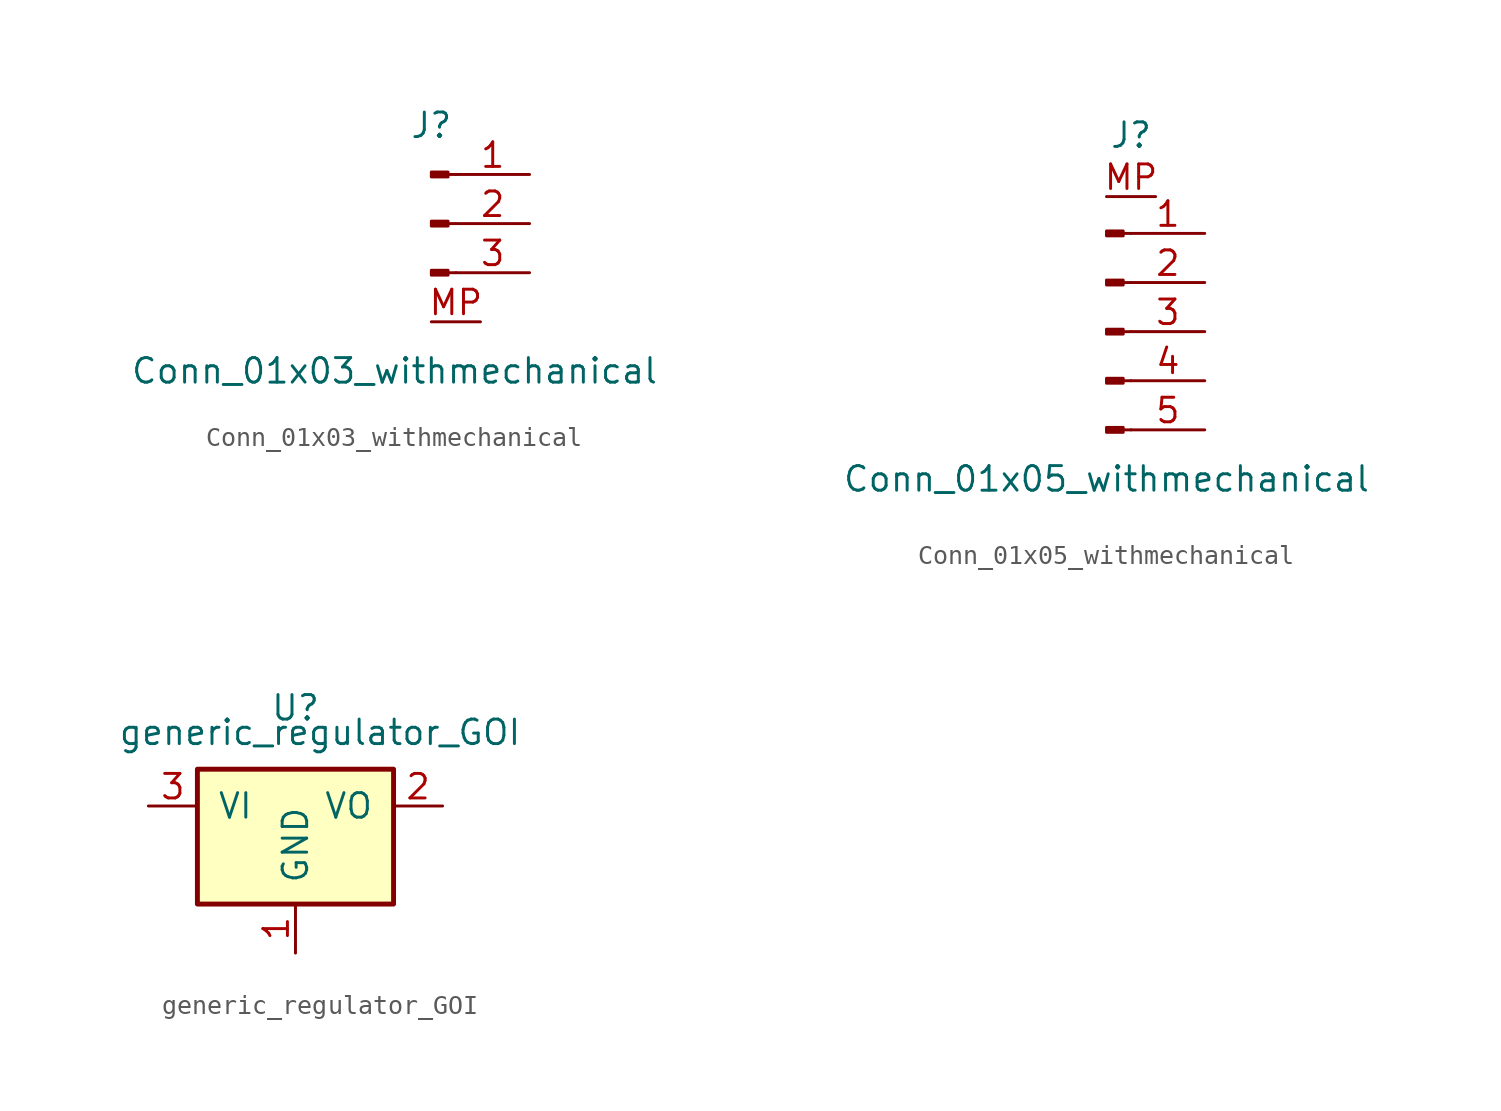
<source format=kicad_sym>
(kicad_symbol_lib
  (version 20201005)
  (generator kicad_symbol_editor)
  (symbol "motorback:Conn_01x03_withmechanical"
    (pin_names
      (offset 1.016) hide)
    (property "Reference" "J"
      (at 0 5.08 0)
      (effects (font (size 1.27 1.27))))
    (property "Value" "Conn_01x03_withmechanical"
      (at -1.905 -7.62 0)
      (effects (font (size 1.27 1.27))))
    (symbol "Conn_01x03_withmechanical_1_1"
      (rectangle (start 0.864 -2.413) (end 0 -2.667) (stroke (width 0.152)) (fill (type outline)))
      (rectangle (start 0.864 0.127) (end 0 -0.127) (stroke (width 0.152)) (fill (type outline)))
      (rectangle (start 0.864 2.667) (end 0 2.413) (stroke (width 0.152)) (fill (type outline)))
      (polyline (pts (xy 1.27 -2.54) (xy 0.864 -2.54)) (stroke (width 0.152)) (fill (type none)))
      (polyline (pts (xy 1.27 0) (xy 0.864 0)) (stroke (width 0.152)) (fill (type none)))
      (polyline (pts (xy 1.27 2.54) (xy 0.864 2.54)) (stroke (width 0.152)) (fill (type none)))
      (pin passive line (at 5.08 2.54 180) (length 3.81) (name "Pin_1" (effects (font (size 1.27 1.27)))) (number "1" (effects (font (size 1.27 1.27)))))
      (pin passive line (at 5.08 0 180) (length 3.81) (name "Pin_2" (effects (font (size 1.27 1.27)))) (number "2" (effects (font (size 1.27 1.27)))))
      (pin passive line (at 5.08 -2.54 180) (length 3.81) (name "Pin_3" (effects (font (size 1.27 1.27)))) (number "3" (effects (font (size 1.27 1.27)))))
      (pin passive line (at 2.54 -5.08 180) (length 2.54) (name "MP" (effects (font (size 1.27 1.27)))) (number "MP" (effects (font (size 1.27 1.27)))))))
  (symbol "motorback:Conn_01x05_withmechanical"
    (pin_names
      (offset 1.016) hide)
    (property "Reference" "J"
      (at 1.27 10.16 0)
      (effects (font (size 1.27 1.27))))
    (property "Value" "Conn_01x05_withmechanical"
      (at 0 -7.62 0)
      (effects (font (size 1.27 1.27))))
    (symbol "Conn_01x05_withmechanical_1_1"
      (rectangle (start 0.864 -4.953) (end 0 -5.207) (stroke (width 0.152)) (fill (type outline)))
      (rectangle (start 0.864 -2.413) (end 0 -2.667) (stroke (width 0.152)) (fill (type outline)))
      (rectangle (start 0.864 0.127) (end 0 -0.127) (stroke (width 0.152)) (fill (type outline)))
      (rectangle (start 0.864 2.667) (end 0 2.413) (stroke (width 0.152)) (fill (type outline)))
      (rectangle (start 0.864 5.207) (end 0 4.953) (stroke (width 0.152)) (fill (type outline)))
      (polyline (pts (xy 1.27 -5.08) (xy 0.864 -5.08)) (stroke (width 0.152)) (fill (type none)))
      (polyline (pts (xy 1.27 -2.54) (xy 0.864 -2.54)) (stroke (width 0.152)) (fill (type none)))
      (polyline (pts (xy 1.27 0) (xy 0.864 0)) (stroke (width 0.152)) (fill (type none)))
      (polyline (pts (xy 1.27 2.54) (xy 0.864 2.54)) (stroke (width 0.152)) (fill (type none)))
      (polyline (pts (xy 1.27 5.08) (xy 0.864 5.08)) (stroke (width 0.152)) (fill (type none)))
      (pin passive line (at 5.08 5.08 180) (length 3.81) (name "Pin_1" (effects (font (size 1.27 1.27)))) (number "1" (effects (font (size 1.27 1.27)))))
      (pin passive line (at 5.08 2.54 180) (length 3.81) (name "Pin_2" (effects (font (size 1.27 1.27)))) (number "2" (effects (font (size 1.27 1.27)))))
      (pin passive line (at 5.08 0 180) (length 3.81) (name "Pin_3" (effects (font (size 1.27 1.27)))) (number "3" (effects (font (size 1.27 1.27)))))
      (pin passive line (at 5.08 -2.54 180) (length 3.81) (name "Pin_4" (effects (font (size 1.27 1.27)))) (number "4" (effects (font (size 1.27 1.27)))))
      (pin passive line (at 5.08 -5.08 180) (length 3.81) (name "Pin_5" (effects (font (size 1.27 1.27)))) (number "5" (effects (font (size 1.27 1.27)))))
      (pin passive line (at 2.54 6.985 180) (length 2.54) (name "MP" (effects (font (size 1.27 1.27)))) (number "MP" (effects (font (size 1.27 1.27)))))))
  (symbol "motorback:generic_regulator_GOI"
    (pin_names
      (offset 1.016))
    (property "Reference" "U"
      (at 0 1.27 0)
      (effects (font (size 1.27 1.27))))
    (property "Value" "generic_regulator_GOI"
      (at 1.27 0 0)
      (effects (font (size 1.27 1.27))))
    (symbol "generic_regulator_GOI_1_1"
      (rectangle (start -5.08 -8.89) (end 5.08 -1.905) (stroke (width 0.254)) (fill (type background)))
      (pin power_in line (at 0 -11.43 90) (length 2.54) (name "GND" (effects (font (size 1.27 1.27)))) (number "1" (effects (font (size 1.27 1.27)))))
      (pin power_out line (at 7.62 -3.81 180) (length 2.54) (name "VO" (effects (font (size 1.27 1.27)))) (number "2" (effects (font (size 1.27 1.27)))))
      (pin power_in line (at -7.62 -3.81 0) (length 2.54) (name "VI" (effects (font (size 1.27 1.27)))) (number "3" (effects (font (size 1.27 1.27))))))))
</source>
